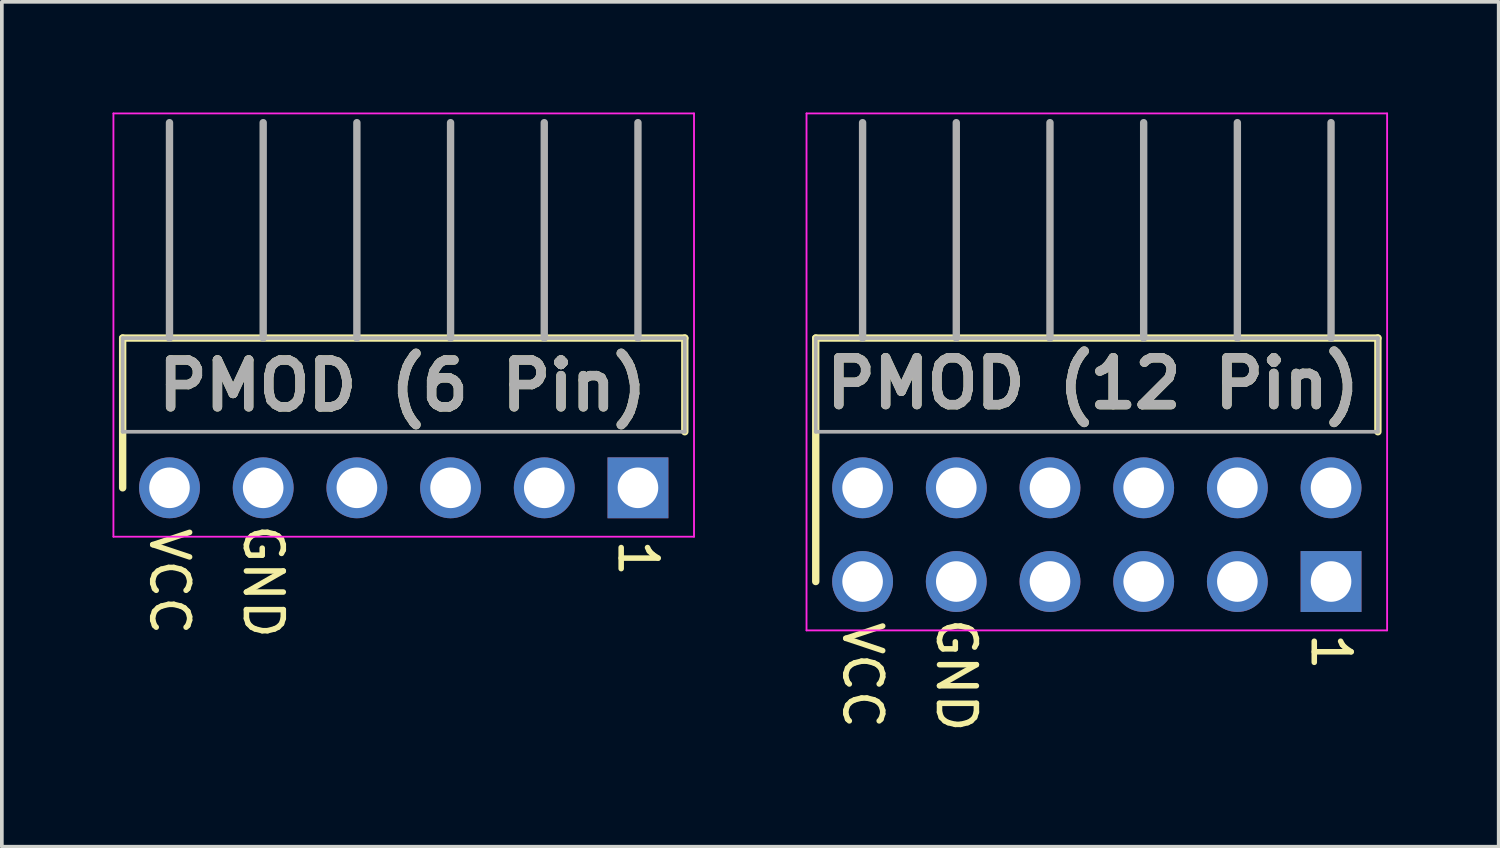
<source format=kicad_pcb>
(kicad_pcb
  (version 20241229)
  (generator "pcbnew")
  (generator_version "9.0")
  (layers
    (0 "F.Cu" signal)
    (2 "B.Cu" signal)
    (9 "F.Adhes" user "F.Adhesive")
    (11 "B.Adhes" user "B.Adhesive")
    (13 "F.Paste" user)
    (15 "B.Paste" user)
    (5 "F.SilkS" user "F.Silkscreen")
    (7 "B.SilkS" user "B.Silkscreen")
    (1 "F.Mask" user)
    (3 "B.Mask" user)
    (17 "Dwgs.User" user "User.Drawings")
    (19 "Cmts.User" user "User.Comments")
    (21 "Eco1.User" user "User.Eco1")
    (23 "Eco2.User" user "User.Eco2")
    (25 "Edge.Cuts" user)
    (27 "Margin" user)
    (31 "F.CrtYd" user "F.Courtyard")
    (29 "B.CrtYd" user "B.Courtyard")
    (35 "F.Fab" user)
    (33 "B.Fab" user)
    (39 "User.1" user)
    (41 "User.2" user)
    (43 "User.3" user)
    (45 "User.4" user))
  (footprint "PMOD (6 Pin)"
    (layer "F.Cu")
    (at 1.545 10.175)
    (property "Reference" "PMOD (6 Pin)" (at 6.32 -2.77 0) (layer "F.SilkS") (effects (font (size 1.27 1.27) (thickness 0.254))))
    (attr through_hole)
    (fp_line (start -1.27 -4.06) (end 13.97 -4.06) (stroke (width 0.2) (type solid)) (layer "F.SilkS"))
    (fp_line (start -1.27 0) (end -1.27 -4.06) (stroke (width 0.2) (type solid)) (layer "F.SilkS"))
    (fp_line (start 13.97 -4.06) (end 13.97 -1.52) (stroke (width 0.2) (type solid)) (layer "F.SilkS"))
    (fp_line (start -1.52 -10.15) (end -1.52 1.325) (stroke (width 0.05) (type solid)) (layer "F.CrtYd"))
    (fp_line (start -1.52 1.325) (end 14.22 1.325) (stroke (width 0.05) (type solid)) (layer "F.CrtYd"))
    (fp_line (start 14.22 -10.15) (end -1.52 -10.15) (stroke (width 0.05) (type solid)) (layer "F.CrtYd"))
    (fp_line (start 14.22 1.325) (end 14.22 -10.15) (stroke (width 0.05) (type solid)) (layer "F.CrtYd"))
    (fp_line (start -1.27 -4.06) (end 13.97 -4.06) (stroke (width 0.1) (type solid)) (layer "F.Fab"))
    (fp_line (start -1.27 -1.52) (end -1.27 -4.06) (stroke (width 0.1) (type solid)) (layer "F.Fab"))
    (fp_line (start 0 -4.06) (end 0 -9.9) (stroke (width 0.2) (type solid)) (layer "F.Fab"))
    (fp_line (start 2.54 -4.06) (end 2.54 -9.9) (stroke (width 0.2) (type solid)) (layer "F.Fab"))
    (fp_line (start 5.08 -4.06) (end 5.08 -9.9) (stroke (width 0.2) (type solid)) (layer "F.Fab"))
    (fp_line (start 7.62 -4.06) (end 7.62 -9.9) (stroke (width 0.2) (type solid)) (layer "F.Fab"))
    (fp_line (start 10.16 -4.06) (end 10.16 -9.9) (stroke (width 0.2) (type solid)) (layer "F.Fab"))
    (fp_line (start 12.7 -4.06) (end 12.7 -9.9) (stroke (width 0.2) (type solid)) (layer "F.Fab"))
    (fp_line (start 13.97 -4.06) (end 13.97 -1.52) (stroke (width 0.1) (type solid)) (layer "F.Fab"))
    (fp_line (start 13.97 -1.52) (end -1.27 -1.52) (stroke (width 0.1) (type solid)) (layer "F.Fab"))
    (fp_text user "GND" (at 2.54 2.54 270) (unlocked yes) (layer "F.SilkS") (effects (font (size 1 1) (thickness 0.15))))
    (fp_text user "VCC" (at 0 2.54 270) (unlocked yes) (layer "F.SilkS") (effects (font (size 1 1) (thickness 0.15))))
    (fp_text user "1" (at 12.7 1.905 270) (unlocked yes) (layer "F.SilkS") (effects (font (size 1 1) (thickness 0.15))))
    (fp_text user "${REFERENCE}" (at 6.32 -2.77 0) (layer "F.Fab") (effects (font (size 1.27 1.27) (thickness 0.254))))
    (pad "1" thru_hole rect (at 12.7 0) (size 1.65 1.65) (drill 1.1) (layers "*.Cu" "*.Mask"))
    (pad "2" thru_hole circle (at 10.16 0) (size 1.65 1.65) (drill 1.1) (layers "*.Cu" "*.Mask"))
    (pad "3" thru_hole circle (at 7.62 0) (size 1.65 1.65) (drill 1.1) (layers "*.Cu" "*.Mask"))
    (pad "4" thru_hole circle (at 5.08 0) (size 1.65 1.65) (drill 1.1) (layers "*.Cu" "*.Mask"))
    (pad "5" thru_hole circle (at 2.54 0) (size 1.65 1.65) (drill 1.1) (layers "*.Cu" "*.Mask"))
    (pad "6" thru_hole circle (at 0 0) (size 1.65 1.65) (drill 1.1) (layers "*.Cu" "*.Mask")))
  (footprint "PMOD (12 Pin)"
    (layer "F.Cu")
    (at 20.335 12.715)
    (property "Reference" "PMOD (12 Pin)" (at 6.25 -5.37 0) (layer "F.SilkS") (effects (font (size 1.27 1.27) (thickness 0.254))))
    (attr through_hole)
    (fp_line (start -1.27 -6.6) (end 13.97 -6.6) (stroke (width 0.2) (type solid)) (layer "F.SilkS"))
    (fp_line (start -1.27 0) (end -1.27 -6.6) (stroke (width 0.2) (type solid)) (layer "F.SilkS"))
    (fp_line (start 13.97 -6.6) (end 13.97 -4.06) (stroke (width 0.2) (type solid)) (layer "F.SilkS"))
    (fp_line (start -1.52 -12.69) (end -1.52 1.325) (stroke (width 0.05) (type solid)) (layer "F.CrtYd"))
    (fp_line (start -1.52 1.325) (end 14.22 1.325) (stroke (width 0.05) (type solid)) (layer "F.CrtYd"))
    (fp_line (start 14.22 -12.69) (end -1.52 -12.69) (stroke (width 0.05) (type solid)) (layer "F.CrtYd"))
    (fp_line (start 14.22 1.325) (end 14.22 -12.69) (stroke (width 0.05) (type solid)) (layer "F.CrtYd"))
    (fp_line (start -1.27 -6.6) (end 13.97 -6.6) (stroke (width 0.1) (type solid)) (layer "F.Fab"))
    (fp_line (start -1.27 -4.06) (end -1.27 -6.6) (stroke (width 0.1) (type solid)) (layer "F.Fab"))
    (fp_line (start 0 -6.6) (end 0 -12.44) (stroke (width 0.2) (type solid)) (layer "F.Fab"))
    (fp_line (start 2.54 -6.6) (end 2.54 -12.44) (stroke (width 0.2) (type solid)) (layer "F.Fab"))
    (fp_line (start 5.08 -6.6) (end 5.08 -12.44) (stroke (width 0.2) (type solid)) (layer "F.Fab"))
    (fp_line (start 7.62 -6.6) (end 7.62 -12.44) (stroke (width 0.2) (type solid)) (layer "F.Fab"))
    (fp_line (start 10.16 -6.6) (end 10.16 -12.44) (stroke (width 0.2) (type solid)) (layer "F.Fab"))
    (fp_line (start 12.7 -6.6) (end 12.7 -12.44) (stroke (width 0.2) (type solid)) (layer "F.Fab"))
    (fp_line (start 13.97 -6.6) (end 13.97 -4.06) (stroke (width 0.1) (type solid)) (layer "F.Fab"))
    (fp_line (start 13.97 -4.06) (end -1.27 -4.06) (stroke (width 0.1) (type solid)) (layer "F.Fab"))
    (fp_text user "1" (at 12.7 1.905 270) (unlocked yes) (layer "F.SilkS") (effects (font (size 1 1) (thickness 0.15))))
    (fp_text user "GND" (at 2.54 2.54 270) (unlocked yes) (layer "F.SilkS") (effects (font (size 1 1) (thickness 0.15))))
    (fp_text user "VCC" (at 0 2.54 270) (unlocked yes) (layer "F.SilkS") (effects (font (size 1 1) (thickness 0.15))))
    (fp_text user "${REFERENCE}" (at 6.25 -5.37 0) (layer "F.Fab") (effects (font (size 1.27 1.27) (thickness 0.254))))
    (pad "1" thru_hole rect (at 12.7 0) (size 1.65 1.65) (drill 1.1) (layers "*.Cu" "*.Mask"))
    (pad "2" thru_hole circle (at 10.16 0) (size 1.65 1.65) (drill 1.1) (layers "*.Cu" "*.Mask"))
    (pad "3" thru_hole circle (at 7.62 0) (size 1.65 1.65) (drill 1.1) (layers "*.Cu" "*.Mask"))
    (pad "4" thru_hole circle (at 5.08 0) (size 1.65 1.65) (drill 1.1) (layers "*.Cu" "*.Mask"))
    (pad "5" thru_hole circle (at 2.54 0) (size 1.65 1.65) (drill 1.1) (layers "*.Cu" "*.Mask"))
    (pad "6" thru_hole circle (at 0 0) (size 1.65 1.65) (drill 1.1) (layers "*.Cu" "*.Mask"))
    (pad "7" thru_hole circle (at 12.7 -2.54) (size 1.65 1.65) (drill 1.1) (layers "*.Cu" "*.Mask"))
    (pad "8" thru_hole circle (at 10.16 -2.54) (size 1.65 1.65) (drill 1.1) (layers "*.Cu" "*.Mask"))
    (pad "9" thru_hole circle (at 7.62 -2.54) (size 1.65 1.65) (drill 1.1) (layers "*.Cu" "*.Mask"))
    (pad "10" thru_hole circle (at 5.08 -2.54) (size 1.65 1.65) (drill 1.1) (layers "*.Cu" "*.Mask"))
    (pad "11" thru_hole circle (at 2.54 -2.54) (size 1.65 1.65) (drill 1.1) (layers "*.Cu" "*.Mask"))
    (pad "12" thru_hole circle (at 0 -2.54) (size 1.65 1.65) (drill 1.1) (layers "*.Cu" "*.Mask")))
  (gr_rect
    (start -3 -3)
    (end 37.58 19.904)
    (stroke (width 0.1) (type default))
    (fill no)
    (layer "Edge.Cuts")))
</source>
